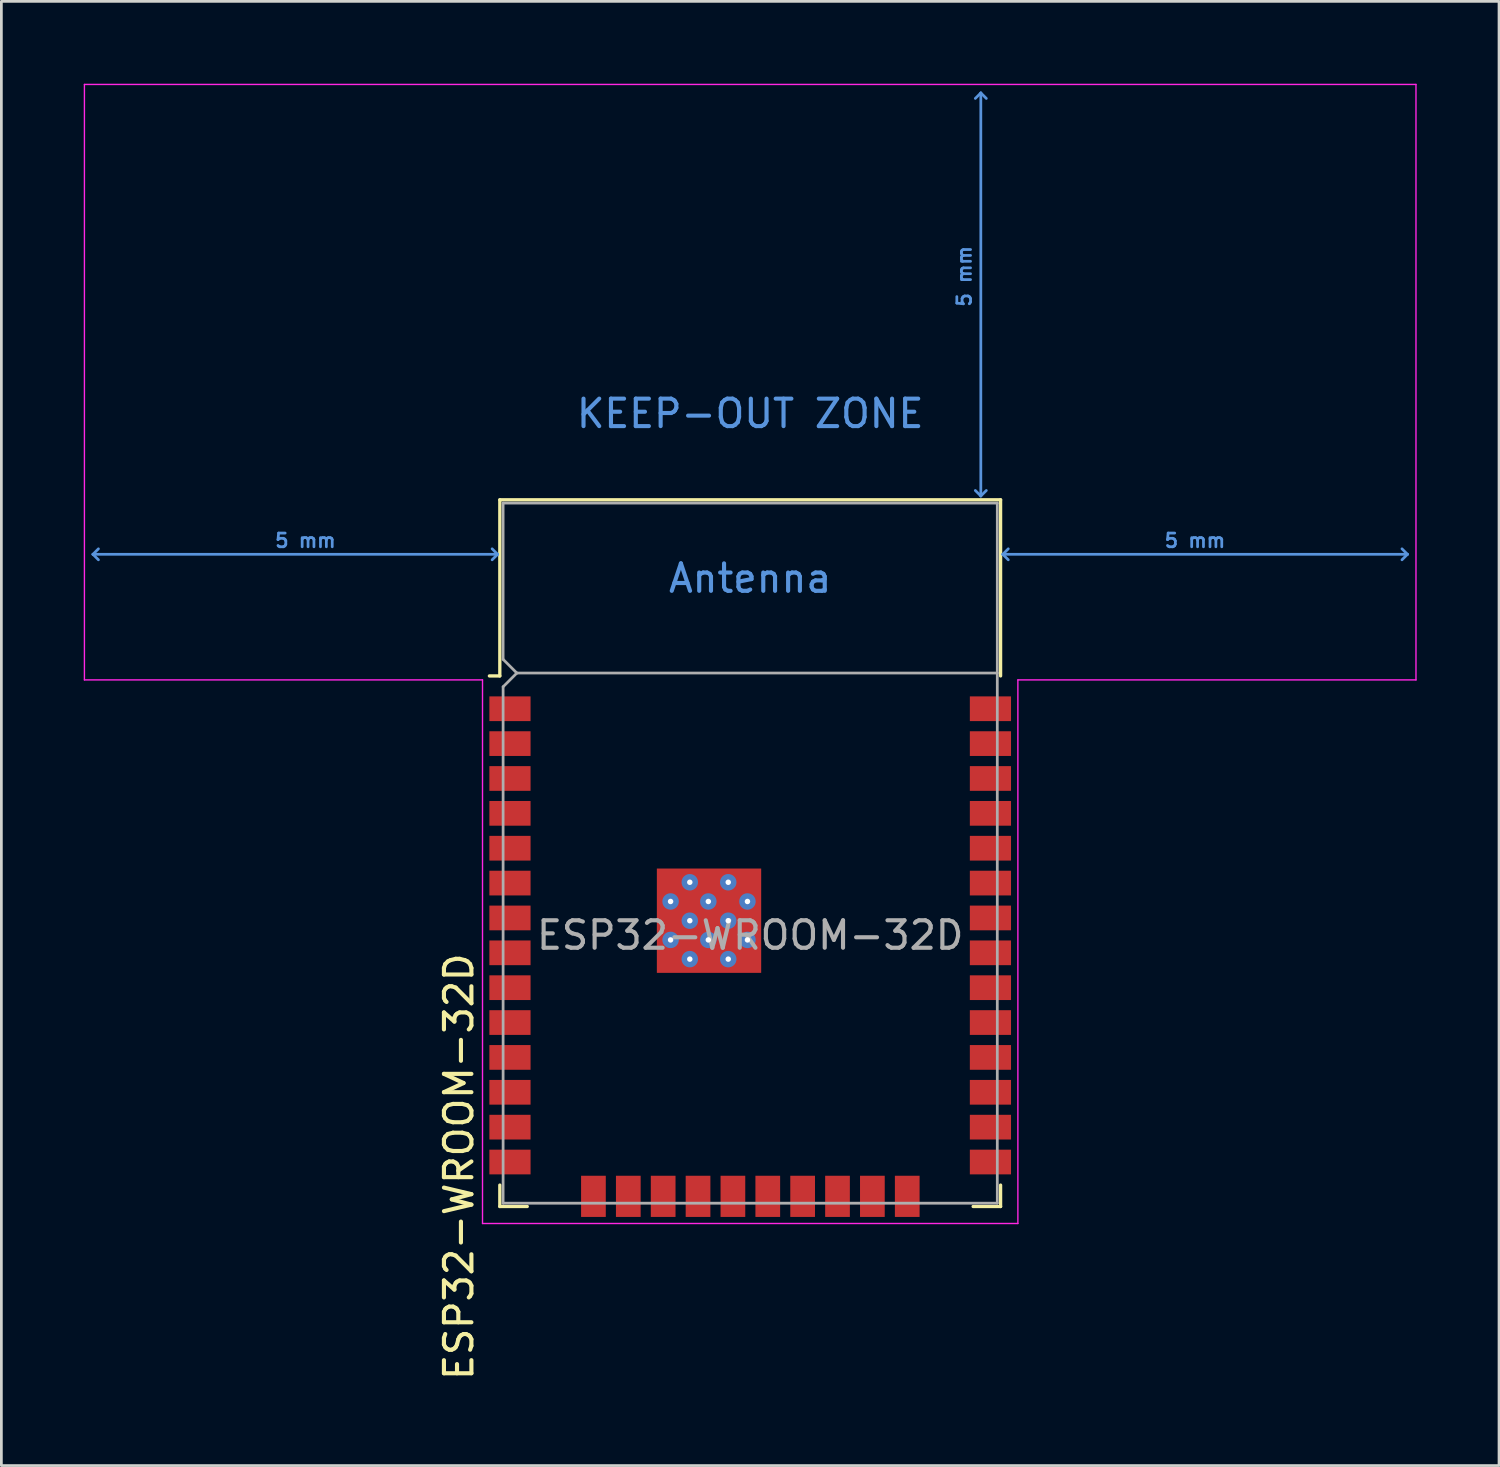
<source format=kicad_pcb>
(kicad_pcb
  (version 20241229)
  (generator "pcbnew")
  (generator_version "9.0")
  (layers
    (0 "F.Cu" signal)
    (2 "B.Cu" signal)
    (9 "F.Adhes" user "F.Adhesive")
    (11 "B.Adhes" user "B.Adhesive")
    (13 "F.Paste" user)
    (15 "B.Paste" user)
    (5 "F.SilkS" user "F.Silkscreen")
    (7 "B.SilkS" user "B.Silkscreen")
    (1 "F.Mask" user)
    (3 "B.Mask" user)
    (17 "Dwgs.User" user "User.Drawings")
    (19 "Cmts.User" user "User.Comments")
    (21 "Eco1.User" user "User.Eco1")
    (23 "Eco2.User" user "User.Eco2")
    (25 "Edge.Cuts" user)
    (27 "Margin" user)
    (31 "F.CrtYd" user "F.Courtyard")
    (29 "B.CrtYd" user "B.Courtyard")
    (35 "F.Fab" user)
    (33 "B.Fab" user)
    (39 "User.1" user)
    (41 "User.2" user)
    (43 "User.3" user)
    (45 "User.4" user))
  (footprint "ESP32-WROOM-32D"
    (layer "F.Cu")
    (at 24.275 31.015)
    (property "Reference" "ESP32-WROOM-32D" (at -10.61 8.43 90) (layer "F.SilkS") (effects (font (size 1 1) (thickness 0.15))))
    (attr smd)
    (fp_line (start -9.12 -15.86) (end -9.12 -9.445) (stroke (width 0.12) (type solid)) (layer "F.SilkS"))
    (fp_line (start -9.12 -15.86) (end 9.12 -15.86) (stroke (width 0.12) (type solid)) (layer "F.SilkS"))
    (fp_line (start -9.12 -9.445) (end -9.5 -9.445) (stroke (width 0.12) (type solid)) (layer "F.SilkS"))
    (fp_line (start -9.12 9.1) (end -9.12 9.88) (stroke (width 0.12) (type solid)) (layer "F.SilkS"))
    (fp_line (start -9.12 9.88) (end -8.12 9.88) (stroke (width 0.12) (type solid)) (layer "F.SilkS"))
    (fp_line (start 9.12 -15.86) (end 9.12 -9.445) (stroke (width 0.12) (type solid)) (layer "F.SilkS"))
    (fp_line (start 9.12 9.1) (end 9.12 9.88) (stroke (width 0.12) (type solid)) (layer "F.SilkS"))
    (fp_line (start 9.12 9.88) (end 8.12 9.88) (stroke (width 0.12) (type solid)) (layer "F.SilkS"))
    (fp_line (start -23.94 -13.875) (end -23.74 -14.075) (stroke (width 0.1) (type solid)) (layer "Cmts.User"))
    (fp_line (start -23.94 -13.875) (end -23.74 -13.675) (stroke (width 0.1) (type solid)) (layer "Cmts.User"))
    (fp_line (start -23.94 -13.875) (end -9.2 -13.875) (stroke (width 0.1) (type solid)) (layer "Cmts.User"))
    (fp_line (start -9.2 -13.875) (end -9.4 -14.075) (stroke (width 0.1) (type solid)) (layer "Cmts.User"))
    (fp_line (start -9.2 -13.875) (end -9.4 -13.675) (stroke (width 0.1) (type solid)) (layer "Cmts.User"))
    (fp_line (start 8.4 -30.68) (end 8.2 -30.48) (stroke (width 0.1) (type solid)) (layer "Cmts.User"))
    (fp_line (start 8.4 -30.68) (end 8.6 -30.48) (stroke (width 0.1) (type solid)) (layer "Cmts.User"))
    (fp_line (start 8.4 -16) (end 8.2 -16.2) (stroke (width 0.1) (type solid)) (layer "Cmts.User"))
    (fp_line (start 8.4 -16) (end 8.4 -30.68) (stroke (width 0.1) (type solid)) (layer "Cmts.User"))
    (fp_line (start 8.4 -16) (end 8.6 -16.2) (stroke (width 0.1) (type solid)) (layer "Cmts.User"))
    (fp_line (start 9.2 -13.875) (end 9.4 -14.075) (stroke (width 0.1) (type solid)) (layer "Cmts.User"))
    (fp_line (start 9.2 -13.875) (end 9.4 -13.675) (stroke (width 0.1) (type solid)) (layer "Cmts.User"))
    (fp_line (start 9.2 -13.875) (end 23.94 -13.875) (stroke (width 0.1) (type solid)) (layer "Cmts.User"))
    (fp_line (start 23.94 -13.875) (end 23.74 -14.075) (stroke (width 0.1) (type solid)) (layer "Cmts.User"))
    (fp_line (start 23.94 -13.875) (end 23.74 -13.675) (stroke (width 0.1) (type solid)) (layer "Cmts.User"))
    (fp_line (start -24.25 -30.99) (end -24.25 -9.3) (stroke (width 0.05) (type solid)) (layer "F.CrtYd"))
    (fp_line (start -24.25 -30.99) (end 24.25 -30.99) (stroke (width 0.05) (type solid)) (layer "F.CrtYd"))
    (fp_line (start -24.25 -9.3) (end -9.75 -9.3) (stroke (width 0.05) (type solid)) (layer "F.CrtYd"))
    (fp_line (start -9.75 10.5) (end -9.75 -9.3) (stroke (width 0.05) (type solid)) (layer "F.CrtYd"))
    (fp_line (start -9.75 10.5) (end 9.75 10.5) (stroke (width 0.05) (type solid)) (layer "F.CrtYd"))
    (fp_line (start 9.75 -9.3) (end 9.75 10.5) (stroke (width 0.05) (type solid)) (layer "F.CrtYd"))
    (fp_line (start 9.75 -9.3) (end 24.25 -9.3) (stroke (width 0.05) (type solid)) (layer "F.CrtYd"))
    (fp_line (start 24.25 -30.99) (end 24.25 -9.3) (stroke (width 0.05) (type solid)) (layer "F.CrtYd"))
    (fp_line (start -9 -15.74) (end -9 -10.05) (stroke (width 0.1) (type solid)) (layer "F.Fab"))
    (fp_line (start -9 -15.74) (end 9 -15.74) (stroke (width 0.1) (type solid)) (layer "F.Fab"))
    (fp_line (start -9 -9.05) (end -9 9.76) (stroke (width 0.1) (type solid)) (layer "F.Fab"))
    (fp_line (start -9 -9.05) (end -8.5 -9.55) (stroke (width 0.1) (type solid)) (layer "F.Fab"))
    (fp_line (start -9 9.76) (end 9 9.76) (stroke (width 0.1) (type solid)) (layer "F.Fab"))
    (fp_line (start -8.5 -9.55) (end -9 -10.05) (stroke (width 0.1) (type solid)) (layer "F.Fab"))
    (fp_line (start -8.5 -9.55) (end 9 -9.55) (stroke (width 0.1) (type solid)) (layer "F.Fab"))
    (fp_line (start 9 9.76) (end 9 -15.74) (stroke (width 0.1) (type solid)) (layer "F.Fab"))
    (fp_text user "KEEP-OUT ZONE" (at 0 -19 0) (layer "Cmts.User") (effects (font (size 1 1) (thickness 0.15))))
    (fp_text user "5 mm" (at 7.8 -24 90) (layer "Cmts.User") (effects (font (size 0.5 0.5) (thickness 0.1))))
    (fp_text user "5 mm" (at 16.2 -14.375 0) (layer "Cmts.User") (effects (font (size 0.5 0.5) (thickness 0.1))))
    (fp_text user "5 mm" (at -16.2 -14.375 0) (layer "Cmts.User") (effects (font (size 0.5 0.5) (thickness 0.1))))
    (fp_text user "Antenna" (at 0 -13 0) (layer "Cmts.User") (effects (font (size 1 1) (thickness 0.15))))
    (fp_text user "${REFERENCE}" (at 0 0 0) (layer "F.Fab") (effects (font (size 1 1) (thickness 0.15))))
    (pad "1" smd rect (at -8.75 -8.25) (size 1.5 0.9) (layers "F.Cu" "F.Mask" "F.Paste"))
    (pad "2" smd rect (at -8.75 -6.98) (size 1.5 0.9) (layers "F.Cu" "F.Mask" "F.Paste"))
    (pad "3" smd rect (at -8.75 -5.71) (size 1.5 0.9) (layers "F.Cu" "F.Mask" "F.Paste"))
    (pad "4" smd rect (at -8.75 -4.44) (size 1.5 0.9) (layers "F.Cu" "F.Mask" "F.Paste"))
    (pad "5" smd rect (at -8.75 -3.17) (size 1.5 0.9) (layers "F.Cu" "F.Mask" "F.Paste"))
    (pad "6" smd rect (at -8.75 -1.9) (size 1.5 0.9) (layers "F.Cu" "F.Mask" "F.Paste"))
    (pad "7" smd rect (at -8.75 -0.63) (size 1.5 0.9) (layers "F.Cu" "F.Mask" "F.Paste"))
    (pad "8" smd rect (at -8.75 0.64) (size 1.5 0.9) (layers "F.Cu" "F.Mask" "F.Paste"))
    (pad "9" smd rect (at -8.75 1.91) (size 1.5 0.9) (layers "F.Cu" "F.Mask" "F.Paste"))
    (pad "10" smd rect (at -8.75 3.18) (size 1.5 0.9) (layers "F.Cu" "F.Mask" "F.Paste"))
    (pad "11" smd rect (at -8.75 4.45) (size 1.5 0.9) (layers "F.Cu" "F.Mask" "F.Paste"))
    (pad "12" smd rect (at -8.75 5.72) (size 1.5 0.9) (layers "F.Cu" "F.Mask" "F.Paste"))
    (pad "13" smd rect (at -8.75 6.99) (size 1.5 0.9) (layers "F.Cu" "F.Mask" "F.Paste"))
    (pad "14" smd rect (at -8.75 8.26) (size 1.5 0.9) (layers "F.Cu" "F.Mask" "F.Paste"))
    (pad "15" smd rect (at -5.71 9.51 90) (size 1.5 0.9) (layers "F.Cu" "F.Mask" "F.Paste"))
    (pad "16" smd rect (at -4.44 9.51 90) (size 1.5 0.9) (layers "F.Cu" "F.Mask" "F.Paste"))
    (pad "17" smd rect (at -3.17 9.51 90) (size 1.5 0.9) (layers "F.Cu" "F.Mask" "F.Paste"))
    (pad "18" smd rect (at -1.9 9.51 90) (size 1.5 0.9) (layers "F.Cu" "F.Mask" "F.Paste"))
    (pad "19" smd rect (at -0.63 9.51 90) (size 1.5 0.9) (layers "F.Cu" "F.Mask" "F.Paste"))
    (pad "20" smd rect (at 0.64 9.51 90) (size 1.5 0.9) (layers "F.Cu" "F.Mask" "F.Paste"))
    (pad "21" smd rect (at 1.91 9.51 90) (size 1.5 0.9) (layers "F.Cu" "F.Mask" "F.Paste"))
    (pad "22" smd rect (at 3.18 9.51 90) (size 1.5 0.9) (layers "F.Cu" "F.Mask" "F.Paste"))
    (pad "23" smd rect (at 4.45 9.51 90) (size 1.5 0.9) (layers "F.Cu" "F.Mask" "F.Paste"))
    (pad "24" smd rect (at 5.72 9.51 90) (size 1.5 0.9) (layers "F.Cu" "F.Mask" "F.Paste"))
    (pad "25" smd rect (at 8.75 8.26) (size 1.5 0.9) (layers "F.Cu" "F.Mask" "F.Paste"))
    (pad "26" smd rect (at 8.75 6.99) (size 1.5 0.9) (layers "F.Cu" "F.Mask" "F.Paste"))
    (pad "27" smd rect (at 8.75 5.72) (size 1.5 0.9) (layers "F.Cu" "F.Mask" "F.Paste"))
    (pad "28" smd rect (at 8.75 4.45) (size 1.5 0.9) (layers "F.Cu" "F.Mask" "F.Paste"))
    (pad "29" smd rect (at 8.75 3.18) (size 1.5 0.9) (layers "F.Cu" "F.Mask" "F.Paste"))
    (pad "30" smd rect (at 8.75 1.91) (size 1.5 0.9) (layers "F.Cu" "F.Mask" "F.Paste"))
    (pad "31" smd rect (at 8.75 0.64) (size 1.5 0.9) (layers "F.Cu" "F.Mask" "F.Paste"))
    (pad "32" smd rect (at 8.75 -0.63) (size 1.5 0.9) (layers "F.Cu" "F.Mask" "F.Paste"))
    (pad "33" smd rect (at 8.75 -1.9) (size 1.5 0.9) (layers "F.Cu" "F.Mask" "F.Paste"))
    (pad "34" smd rect (at 8.75 -3.17) (size 1.5 0.9) (layers "F.Cu" "F.Mask" "F.Paste"))
    (pad "35" smd rect (at 8.75 -4.44) (size 1.5 0.9) (layers "F.Cu" "F.Mask" "F.Paste"))
    (pad "36" smd rect (at 8.75 -5.71) (size 1.5 0.9) (layers "F.Cu" "F.Mask" "F.Paste"))
    (pad "37" smd rect (at 8.75 -6.98) (size 1.5 0.9) (layers "F.Cu" "F.Mask" "F.Paste"))
    (pad "38" smd rect (at 8.75 -8.25) (size 1.5 0.9) (layers "F.Cu" "F.Mask" "F.Paste"))
    (pad "39" smd rect (at -2.9 -1.93) (size 0.9 0.9) (layers "F.Cu" "F.Paste"))
    (pad "39" thru_hole circle (at -2.9 -1.23) (size 0.6 0.6) (drill 0.2) (property pad_prop_heatsink) (layers "*.Cu" "F.Mask"))
    (pad "39" smd rect (at -2.9 -0.53) (size 0.9 0.9) (layers "F.Cu" "F.Paste"))
    (pad "39" thru_hole circle (at -2.9 0.17) (size 0.6 0.6) (drill 0.2) (property pad_prop_heatsink) (layers "*.Cu" "F.Mask"))
    (pad "39" smd rect (at -2.9 0.87) (size 0.9 0.9) (layers "F.Cu" "F.Paste"))
    (pad "39" thru_hole circle (at -2.2 -1.93) (size 0.6 0.6) (drill 0.2) (property pad_prop_heatsink) (layers "*.Cu" "F.Mask"))
    (pad "39" thru_hole circle (at -2.2 -0.53) (size 0.6 0.6) (drill 0.2) (property pad_prop_heatsink) (layers "*.Cu" "F.Mask"))
    (pad "39" thru_hole circle (at -2.2 0.87) (size 0.6 0.6) (drill 0.2) (property pad_prop_heatsink) (layers "*.Cu" "F.Mask"))
    (pad "39" thru_hole circle (at -1.525 -1.23) (size 0.6 0.6) (drill 0.2) (property pad_prop_heatsink) (layers "*.Cu" "F.Mask"))
    (pad "39" thru_hole circle (at -1.525 0.17) (size 0.6 0.6) (drill 0.2) (property pad_prop_heatsink) (layers "*.Cu" "F.Mask"))
    (pad "39" smd rect (at -1.5 -1.93) (size 0.9 0.9) (layers "F.Cu" "F.Paste"))
    (pad "39" smd rect (at -1.5 -0.53) (size 0.9 0.9) (layers "F.Cu" "F.Paste"))
    (pad "39" smd rect (at -1.5 -0.53) (size 3.8 3.8) (layers "F.Cu" "F.Mask"))
    (pad "39" smd rect (at -1.5 0.87) (size 0.9 0.9) (layers "F.Cu" "F.Paste"))
    (pad "39" thru_hole circle (at -0.8 -1.93) (size 0.6 0.6) (drill 0.2) (property pad_prop_heatsink) (layers "*.Cu" "F.Mask"))
    (pad "39" thru_hole circle (at -0.8 -0.53) (size 0.6 0.6) (drill 0.2) (property pad_prop_heatsink) (layers "*.Cu" "F.Mask"))
    (pad "39" thru_hole circle (at -0.8 0.87) (size 0.6 0.6) (drill 0.2) (property pad_prop_heatsink) (layers "*.Cu" "F.Mask"))
    (pad "39" smd rect (at -0.1 -1.93) (size 0.9 0.9) (layers "F.Cu" "F.Paste"))
    (pad "39" thru_hole circle (at -0.1 -1.23) (size 0.6 0.6) (drill 0.2) (property pad_prop_heatsink) (layers "*.Cu" "F.Mask"))
    (pad "39" smd rect (at -0.1 -0.53) (size 0.9 0.9) (layers "F.Cu" "F.Paste"))
    (pad "39" thru_hole circle (at -0.1 0.17) (size 0.6 0.6) (drill 0.2) (property pad_prop_heatsink) (layers "*.Cu" "F.Mask"))
    (pad "39" smd rect (at -0.1 0.87) (size 0.9 0.9) (layers "F.Cu" "F.Paste"))
    (zone (net_name "") (layers "F.Cu" "B.Cu") (hatch full 0.508) (connect_pads) (min_thickness 0.254) (filled_areas_thickness no) (keepout (tracks not_allowed) (vias not_allowed) (pads not_allowed) (copperpour not_allowed) (footprints not_allowed)) (placement (enabled no)) (fill) (polygon (pts (xy 0.275 21.465) (xy 48.275 21.465) (xy 48.275 0.275) (xy 0.275 0.275)))))
  (gr_rect
    (start -3 -3)
    (end 51.55 50.332)
    (stroke (width 0.1) (type default))
    (fill no)
    (layer "Edge.Cuts")))
</source>
